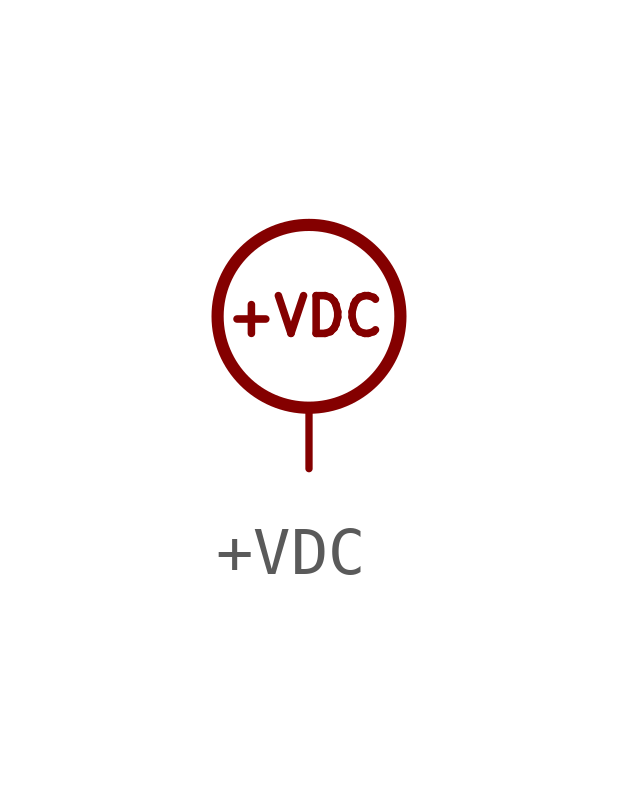
<source format=kicad_sym>
(kicad_symbol_lib
  (version 20220914)
  (generator kicad_symbol_editor)
  (symbol "+VDC "
    (power)
    (pin_numbers hide)
    (pin_names
      (offset 0) hide)
    (property "Reference" "#PWR"
      (at 0 3.175 0)
      (effects (font (size 0.787 0.787)) hide))
    (symbol "+VDC _0_0"
      (text "+VDC" (at -0.076 0.635 0) (effects (font (size 0.787 0.787) bold))))
    (symbol "+VDC _0_1"
      (polyline (pts (xy 0 -2.54) (xy 0 -1.27)) (stroke (width 0) (type solid)) (fill (type none)))
      (circle (center 0 0.635) (radius 1.905) (stroke (width 0.254) (type solid)) (fill (type none))))
    (symbol "+VDC _1_1"
      (pin power_in line (at 0 -2.54 90) (length 0) hide (name "+VDC" (effects (font (size 1.27 1.27)))) (number "1" (effects (font (size 1.27 1.27))))))))
</source>
